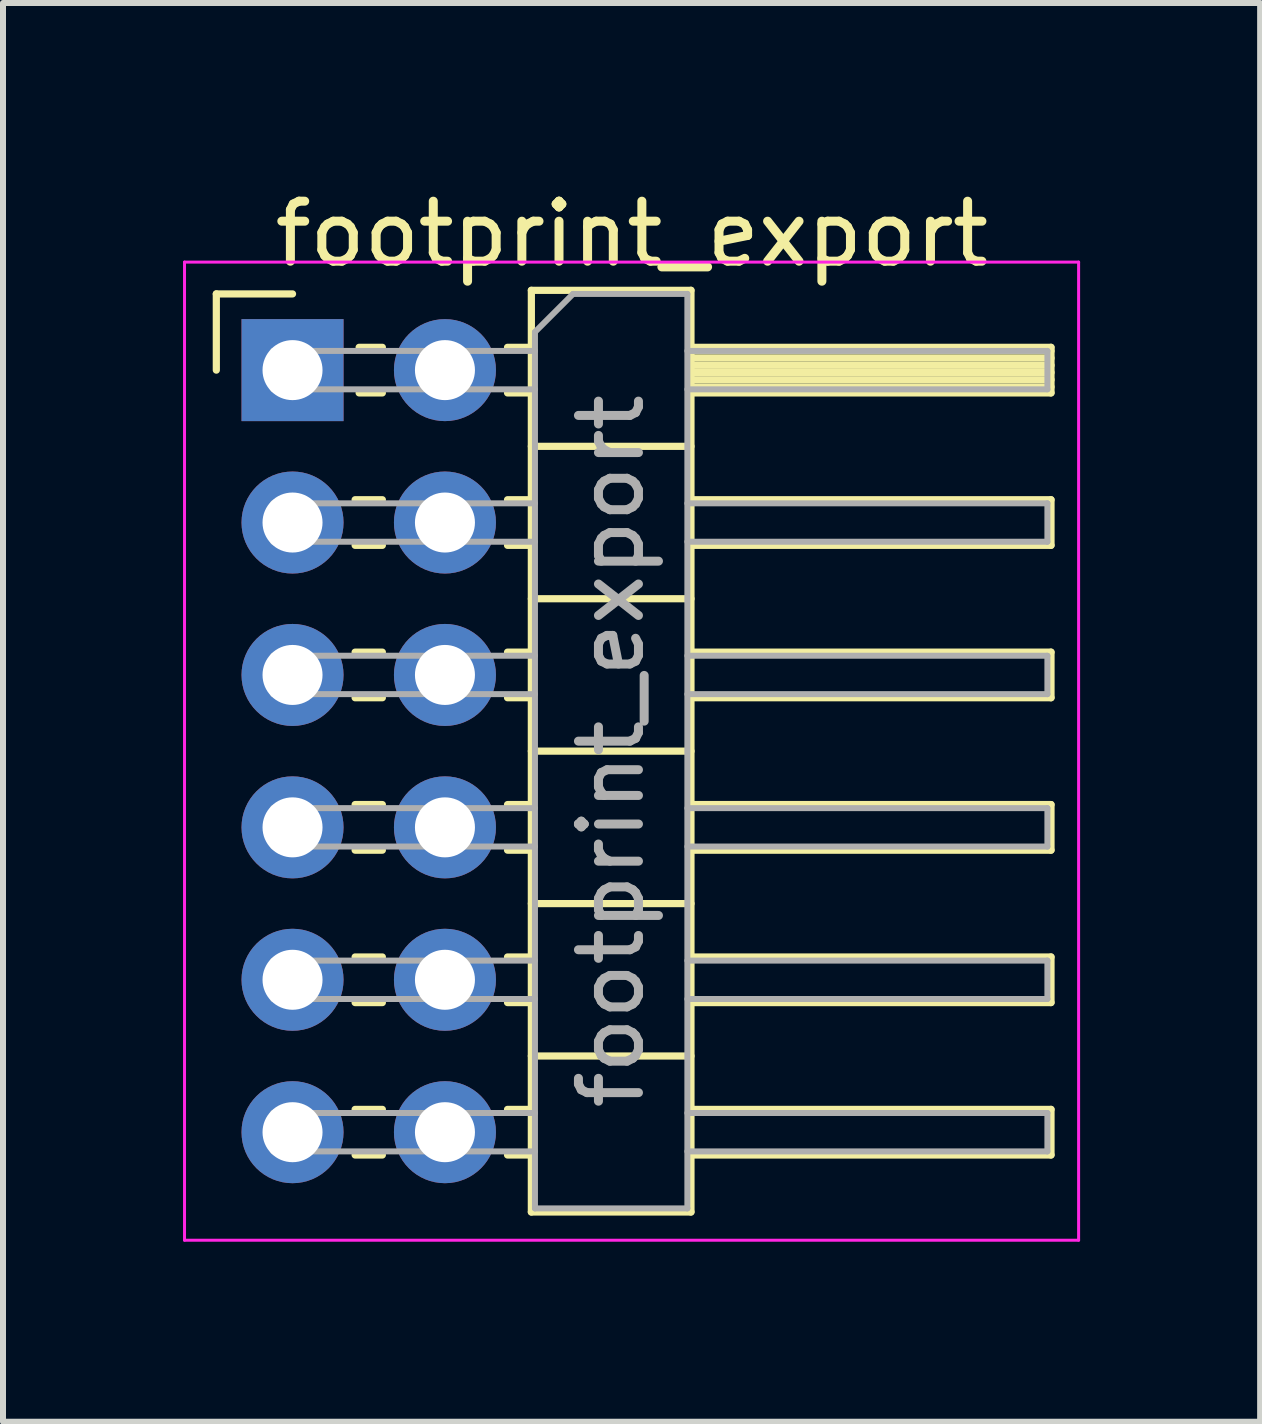
<source format=kicad_pcb>
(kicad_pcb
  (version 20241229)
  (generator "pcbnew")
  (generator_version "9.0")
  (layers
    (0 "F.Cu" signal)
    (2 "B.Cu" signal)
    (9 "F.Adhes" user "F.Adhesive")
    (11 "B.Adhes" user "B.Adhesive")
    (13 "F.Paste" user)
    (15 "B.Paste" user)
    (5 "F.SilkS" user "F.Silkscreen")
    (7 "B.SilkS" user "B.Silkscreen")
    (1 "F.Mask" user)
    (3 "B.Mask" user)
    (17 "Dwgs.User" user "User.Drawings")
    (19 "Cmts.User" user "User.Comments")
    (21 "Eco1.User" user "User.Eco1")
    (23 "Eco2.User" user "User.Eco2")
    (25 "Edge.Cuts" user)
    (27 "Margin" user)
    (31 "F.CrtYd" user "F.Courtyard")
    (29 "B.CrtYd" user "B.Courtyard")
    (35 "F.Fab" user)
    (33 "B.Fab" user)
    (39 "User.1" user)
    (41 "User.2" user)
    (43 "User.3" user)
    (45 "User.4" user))
  (footprint "footprint_export"
    (layer "F.Cu")
    (at 1.825 3.118)
    (property "Reference" "footprint_export" (at 5.655 -2.27 0) (layer "F.SilkS") (effects (font (size 1 1) (thickness 0.15))))
    (attr through_hole)
    (fp_line (start -1.27 -1.27) (end 0 -1.27) (stroke (width 0.12) (type solid)) (layer "F.SilkS"))
    (fp_line (start -1.27 0) (end -1.27 -1.27) (stroke (width 0.12) (type solid)) (layer "F.SilkS"))
    (fp_line (start 1.043 2.16) (end 1.497 2.16) (stroke (width 0.12) (type solid)) (layer "F.SilkS"))
    (fp_line (start 1.043 2.92) (end 1.497 2.92) (stroke (width 0.12) (type solid)) (layer "F.SilkS"))
    (fp_line (start 1.043 4.7) (end 1.497 4.7) (stroke (width 0.12) (type solid)) (layer "F.SilkS"))
    (fp_line (start 1.043 5.46) (end 1.497 5.46) (stroke (width 0.12) (type solid)) (layer "F.SilkS"))
    (fp_line (start 1.043 7.24) (end 1.497 7.24) (stroke (width 0.12) (type solid)) (layer "F.SilkS"))
    (fp_line (start 1.043 8) (end 1.497 8) (stroke (width 0.12) (type solid)) (layer "F.SilkS"))
    (fp_line (start 1.043 9.78) (end 1.497 9.78) (stroke (width 0.12) (type solid)) (layer "F.SilkS"))
    (fp_line (start 1.043 10.54) (end 1.497 10.54) (stroke (width 0.12) (type solid)) (layer "F.SilkS"))
    (fp_line (start 1.043 12.32) (end 1.497 12.32) (stroke (width 0.12) (type solid)) (layer "F.SilkS"))
    (fp_line (start 1.043 13.08) (end 1.497 13.08) (stroke (width 0.12) (type solid)) (layer "F.SilkS"))
    (fp_line (start 1.11 -0.38) (end 1.497 -0.38) (stroke (width 0.12) (type solid)) (layer "F.SilkS"))
    (fp_line (start 1.11 0.38) (end 1.497 0.38) (stroke (width 0.12) (type solid)) (layer "F.SilkS"))
    (fp_line (start 3.583 -0.38) (end 3.98 -0.38) (stroke (width 0.12) (type solid)) (layer "F.SilkS"))
    (fp_line (start 3.583 0.38) (end 3.98 0.38) (stroke (width 0.12) (type solid)) (layer "F.SilkS"))
    (fp_line (start 3.583 2.16) (end 3.98 2.16) (stroke (width 0.12) (type solid)) (layer "F.SilkS"))
    (fp_line (start 3.583 2.92) (end 3.98 2.92) (stroke (width 0.12) (type solid)) (layer "F.SilkS"))
    (fp_line (start 3.583 4.7) (end 3.98 4.7) (stroke (width 0.12) (type solid)) (layer "F.SilkS"))
    (fp_line (start 3.583 5.46) (end 3.98 5.46) (stroke (width 0.12) (type solid)) (layer "F.SilkS"))
    (fp_line (start 3.583 7.24) (end 3.98 7.24) (stroke (width 0.12) (type solid)) (layer "F.SilkS"))
    (fp_line (start 3.583 8) (end 3.98 8) (stroke (width 0.12) (type solid)) (layer "F.SilkS"))
    (fp_line (start 3.583 9.78) (end 3.98 9.78) (stroke (width 0.12) (type solid)) (layer "F.SilkS"))
    (fp_line (start 3.583 10.54) (end 3.98 10.54) (stroke (width 0.12) (type solid)) (layer "F.SilkS"))
    (fp_line (start 3.583 12.32) (end 3.98 12.32) (stroke (width 0.12) (type solid)) (layer "F.SilkS"))
    (fp_line (start 3.583 13.08) (end 3.98 13.08) (stroke (width 0.12) (type solid)) (layer "F.SilkS"))
    (fp_line (start 3.98 -1.33) (end 3.98 14.03) (stroke (width 0.12) (type solid)) (layer "F.SilkS"))
    (fp_line (start 3.98 1.27) (end 6.64 1.27) (stroke (width 0.12) (type solid)) (layer "F.SilkS"))
    (fp_line (start 3.98 3.81) (end 6.64 3.81) (stroke (width 0.12) (type solid)) (layer "F.SilkS"))
    (fp_line (start 3.98 6.35) (end 6.64 6.35) (stroke (width 0.12) (type solid)) (layer "F.SilkS"))
    (fp_line (start 3.98 8.89) (end 6.64 8.89) (stroke (width 0.12) (type solid)) (layer "F.SilkS"))
    (fp_line (start 3.98 11.43) (end 6.64 11.43) (stroke (width 0.12) (type solid)) (layer "F.SilkS"))
    (fp_line (start 3.98 14.03) (end 6.64 14.03) (stroke (width 0.12) (type solid)) (layer "F.SilkS"))
    (fp_line (start 6.64 -1.33) (end 3.98 -1.33) (stroke (width 0.12) (type solid)) (layer "F.SilkS"))
    (fp_line (start 6.64 -0.38) (end 12.64 -0.38) (stroke (width 0.12) (type solid)) (layer "F.SilkS"))
    (fp_line (start 6.64 -0.32) (end 12.64 -0.32) (stroke (width 0.12) (type solid)) (layer "F.SilkS"))
    (fp_line (start 6.64 -0.2) (end 12.64 -0.2) (stroke (width 0.12) (type solid)) (layer "F.SilkS"))
    (fp_line (start 6.64 -0.08) (end 12.64 -0.08) (stroke (width 0.12) (type solid)) (layer "F.SilkS"))
    (fp_line (start 6.64 0.04) (end 12.64 0.04) (stroke (width 0.12) (type solid)) (layer "F.SilkS"))
    (fp_line (start 6.64 0.16) (end 12.64 0.16) (stroke (width 0.12) (type solid)) (layer "F.SilkS"))
    (fp_line (start 6.64 0.28) (end 12.64 0.28) (stroke (width 0.12) (type solid)) (layer "F.SilkS"))
    (fp_line (start 6.64 2.16) (end 12.64 2.16) (stroke (width 0.12) (type solid)) (layer "F.SilkS"))
    (fp_line (start 6.64 4.7) (end 12.64 4.7) (stroke (width 0.12) (type solid)) (layer "F.SilkS"))
    (fp_line (start 6.64 7.24) (end 12.64 7.24) (stroke (width 0.12) (type solid)) (layer "F.SilkS"))
    (fp_line (start 6.64 9.78) (end 12.64 9.78) (stroke (width 0.12) (type solid)) (layer "F.SilkS"))
    (fp_line (start 6.64 12.32) (end 12.64 12.32) (stroke (width 0.12) (type solid)) (layer "F.SilkS"))
    (fp_line (start 6.64 14.03) (end 6.64 -1.33) (stroke (width 0.12) (type solid)) (layer "F.SilkS"))
    (fp_line (start 12.64 -0.38) (end 12.64 0.38) (stroke (width 0.12) (type solid)) (layer "F.SilkS"))
    (fp_line (start 12.64 0.38) (end 6.64 0.38) (stroke (width 0.12) (type solid)) (layer "F.SilkS"))
    (fp_line (start 12.64 2.16) (end 12.64 2.92) (stroke (width 0.12) (type solid)) (layer "F.SilkS"))
    (fp_line (start 12.64 2.92) (end 6.64 2.92) (stroke (width 0.12) (type solid)) (layer "F.SilkS"))
    (fp_line (start 12.64 4.7) (end 12.64 5.46) (stroke (width 0.12) (type solid)) (layer "F.SilkS"))
    (fp_line (start 12.64 5.46) (end 6.64 5.46) (stroke (width 0.12) (type solid)) (layer "F.SilkS"))
    (fp_line (start 12.64 7.24) (end 12.64 8) (stroke (width 0.12) (type solid)) (layer "F.SilkS"))
    (fp_line (start 12.64 8) (end 6.64 8) (stroke (width 0.12) (type solid)) (layer "F.SilkS"))
    (fp_line (start 12.64 9.78) (end 12.64 10.54) (stroke (width 0.12) (type solid)) (layer "F.SilkS"))
    (fp_line (start 12.64 10.54) (end 6.64 10.54) (stroke (width 0.12) (type solid)) (layer "F.SilkS"))
    (fp_line (start 12.64 12.32) (end 12.64 13.08) (stroke (width 0.12) (type solid)) (layer "F.SilkS"))
    (fp_line (start 12.64 13.08) (end 6.64 13.08) (stroke (width 0.12) (type solid)) (layer "F.SilkS"))
    (fp_line (start -1.8 -1.8) (end -1.8 14.5) (stroke (width 0.05) (type solid)) (layer "F.CrtYd"))
    (fp_line (start -1.8 14.5) (end 13.1 14.5) (stroke (width 0.05) (type solid)) (layer "F.CrtYd"))
    (fp_line (start 13.1 -1.8) (end -1.8 -1.8) (stroke (width 0.05) (type solid)) (layer "F.CrtYd"))
    (fp_line (start 13.1 14.5) (end 13.1 -1.8) (stroke (width 0.05) (type solid)) (layer "F.CrtYd"))
    (fp_line (start -0.32 -0.32) (end -0.32 0.32) (stroke (width 0.1) (type solid)) (layer "F.Fab"))
    (fp_line (start -0.32 -0.32) (end 4.04 -0.32) (stroke (width 0.1) (type solid)) (layer "F.Fab"))
    (fp_line (start -0.32 0.32) (end 4.04 0.32) (stroke (width 0.1) (type solid)) (layer "F.Fab"))
    (fp_line (start -0.32 2.22) (end -0.32 2.86) (stroke (width 0.1) (type solid)) (layer "F.Fab"))
    (fp_line (start -0.32 2.22) (end 4.04 2.22) (stroke (width 0.1) (type solid)) (layer "F.Fab"))
    (fp_line (start -0.32 2.86) (end 4.04 2.86) (stroke (width 0.1) (type solid)) (layer "F.Fab"))
    (fp_line (start -0.32 4.76) (end -0.32 5.4) (stroke (width 0.1) (type solid)) (layer "F.Fab"))
    (fp_line (start -0.32 4.76) (end 4.04 4.76) (stroke (width 0.1) (type solid)) (layer "F.Fab"))
    (fp_line (start -0.32 5.4) (end 4.04 5.4) (stroke (width 0.1) (type solid)) (layer "F.Fab"))
    (fp_line (start -0.32 7.3) (end -0.32 7.94) (stroke (width 0.1) (type solid)) (layer "F.Fab"))
    (fp_line (start -0.32 7.3) (end 4.04 7.3) (stroke (width 0.1) (type solid)) (layer "F.Fab"))
    (fp_line (start -0.32 7.94) (end 4.04 7.94) (stroke (width 0.1) (type solid)) (layer "F.Fab"))
    (fp_line (start -0.32 9.84) (end -0.32 10.48) (stroke (width 0.1) (type solid)) (layer "F.Fab"))
    (fp_line (start -0.32 9.84) (end 4.04 9.84) (stroke (width 0.1) (type solid)) (layer "F.Fab"))
    (fp_line (start -0.32 10.48) (end 4.04 10.48) (stroke (width 0.1) (type solid)) (layer "F.Fab"))
    (fp_line (start -0.32 12.38) (end -0.32 13.02) (stroke (width 0.1) (type solid)) (layer "F.Fab"))
    (fp_line (start -0.32 12.38) (end 4.04 12.38) (stroke (width 0.1) (type solid)) (layer "F.Fab"))
    (fp_line (start -0.32 13.02) (end 4.04 13.02) (stroke (width 0.1) (type solid)) (layer "F.Fab"))
    (fp_line (start 4.04 -0.635) (end 4.675 -1.27) (stroke (width 0.1) (type solid)) (layer "F.Fab"))
    (fp_line (start 4.04 13.97) (end 4.04 -0.635) (stroke (width 0.1) (type solid)) (layer "F.Fab"))
    (fp_line (start 4.675 -1.27) (end 6.58 -1.27) (stroke (width 0.1) (type solid)) (layer "F.Fab"))
    (fp_line (start 6.58 -1.27) (end 6.58 13.97) (stroke (width 0.1) (type solid)) (layer "F.Fab"))
    (fp_line (start 6.58 -0.32) (end 12.58 -0.32) (stroke (width 0.1) (type solid)) (layer "F.Fab"))
    (fp_line (start 6.58 0.32) (end 12.58 0.32) (stroke (width 0.1) (type solid)) (layer "F.Fab"))
    (fp_line (start 6.58 2.22) (end 12.58 2.22) (stroke (width 0.1) (type solid)) (layer "F.Fab"))
    (fp_line (start 6.58 2.86) (end 12.58 2.86) (stroke (width 0.1) (type solid)) (layer "F.Fab"))
    (fp_line (start 6.58 4.76) (end 12.58 4.76) (stroke (width 0.1) (type solid)) (layer "F.Fab"))
    (fp_line (start 6.58 5.4) (end 12.58 5.4) (stroke (width 0.1) (type solid)) (layer "F.Fab"))
    (fp_line (start 6.58 7.3) (end 12.58 7.3) (stroke (width 0.1) (type solid)) (layer "F.Fab"))
    (fp_line (start 6.58 7.94) (end 12.58 7.94) (stroke (width 0.1) (type solid)) (layer "F.Fab"))
    (fp_line (start 6.58 9.84) (end 12.58 9.84) (stroke (width 0.1) (type solid)) (layer "F.Fab"))
    (fp_line (start 6.58 10.48) (end 12.58 10.48) (stroke (width 0.1) (type solid)) (layer "F.Fab"))
    (fp_line (start 6.58 12.38) (end 12.58 12.38) (stroke (width 0.1) (type solid)) (layer "F.Fab"))
    (fp_line (start 6.58 13.02) (end 12.58 13.02) (stroke (width 0.1) (type solid)) (layer "F.Fab"))
    (fp_line (start 6.58 13.97) (end 4.04 13.97) (stroke (width 0.1) (type solid)) (layer "F.Fab"))
    (fp_line (start 12.58 -0.32) (end 12.58 0.32) (stroke (width 0.1) (type solid)) (layer "F.Fab"))
    (fp_line (start 12.58 2.22) (end 12.58 2.86) (stroke (width 0.1) (type solid)) (layer "F.Fab"))
    (fp_line (start 12.58 4.76) (end 12.58 5.4) (stroke (width 0.1) (type solid)) (layer "F.Fab"))
    (fp_line (start 12.58 7.3) (end 12.58 7.94) (stroke (width 0.1) (type solid)) (layer "F.Fab"))
    (fp_line (start 12.58 9.84) (end 12.58 10.48) (stroke (width 0.1) (type solid)) (layer "F.Fab"))
    (fp_line (start 12.58 12.38) (end 12.58 13.02) (stroke (width 0.1) (type solid)) (layer "F.Fab"))
    (fp_text user "${REFERENCE}" (at 5.31 6.35 90) (layer "F.Fab") (effects (font (size 1 1) (thickness 0.15))))
    (pad "1" thru_hole rect (at 0 0) (size 1.7 1.7) (drill 1) (layers "*.Cu" "*.Mask"))
    (pad "2" thru_hole oval (at 2.54 0) (size 1.7 1.7) (drill 1) (layers "*.Cu" "*.Mask"))
    (pad "3" thru_hole oval (at 0 2.54) (size 1.7 1.7) (drill 1) (layers "*.Cu" "*.Mask"))
    (pad "4" thru_hole oval (at 2.54 2.54) (size 1.7 1.7) (drill 1) (layers "*.Cu" "*.Mask"))
    (pad "5" thru_hole oval (at 0 5.08) (size 1.7 1.7) (drill 1) (layers "*.Cu" "*.Mask"))
    (pad "6" thru_hole oval (at 2.54 5.08) (size 1.7 1.7) (drill 1) (layers "*.Cu" "*.Mask"))
    (pad "7" thru_hole oval (at 0 7.62) (size 1.7 1.7) (drill 1) (layers "*.Cu" "*.Mask"))
    (pad "8" thru_hole oval (at 2.54 7.62) (size 1.7 1.7) (drill 1) (layers "*.Cu" "*.Mask"))
    (pad "9" thru_hole oval (at 0 10.16) (size 1.7 1.7) (drill 1) (layers "*.Cu" "*.Mask"))
    (pad "10" thru_hole oval (at 2.54 10.16) (size 1.7 1.7) (drill 1) (layers "*.Cu" "*.Mask"))
    (pad "11" thru_hole oval (at 0 12.7) (size 1.7 1.7) (drill 1) (layers "*.Cu" "*.Mask"))
    (pad "12" thru_hole oval (at 2.54 12.7) (size 1.7 1.7) (drill 1) (layers "*.Cu" "*.Mask")))
  (gr_rect
    (start -3 -3)
    (end 17.95 20.643)
    (stroke (width 0.1) (type default))
    (fill no)
    (layer "Edge.Cuts")))
</source>
